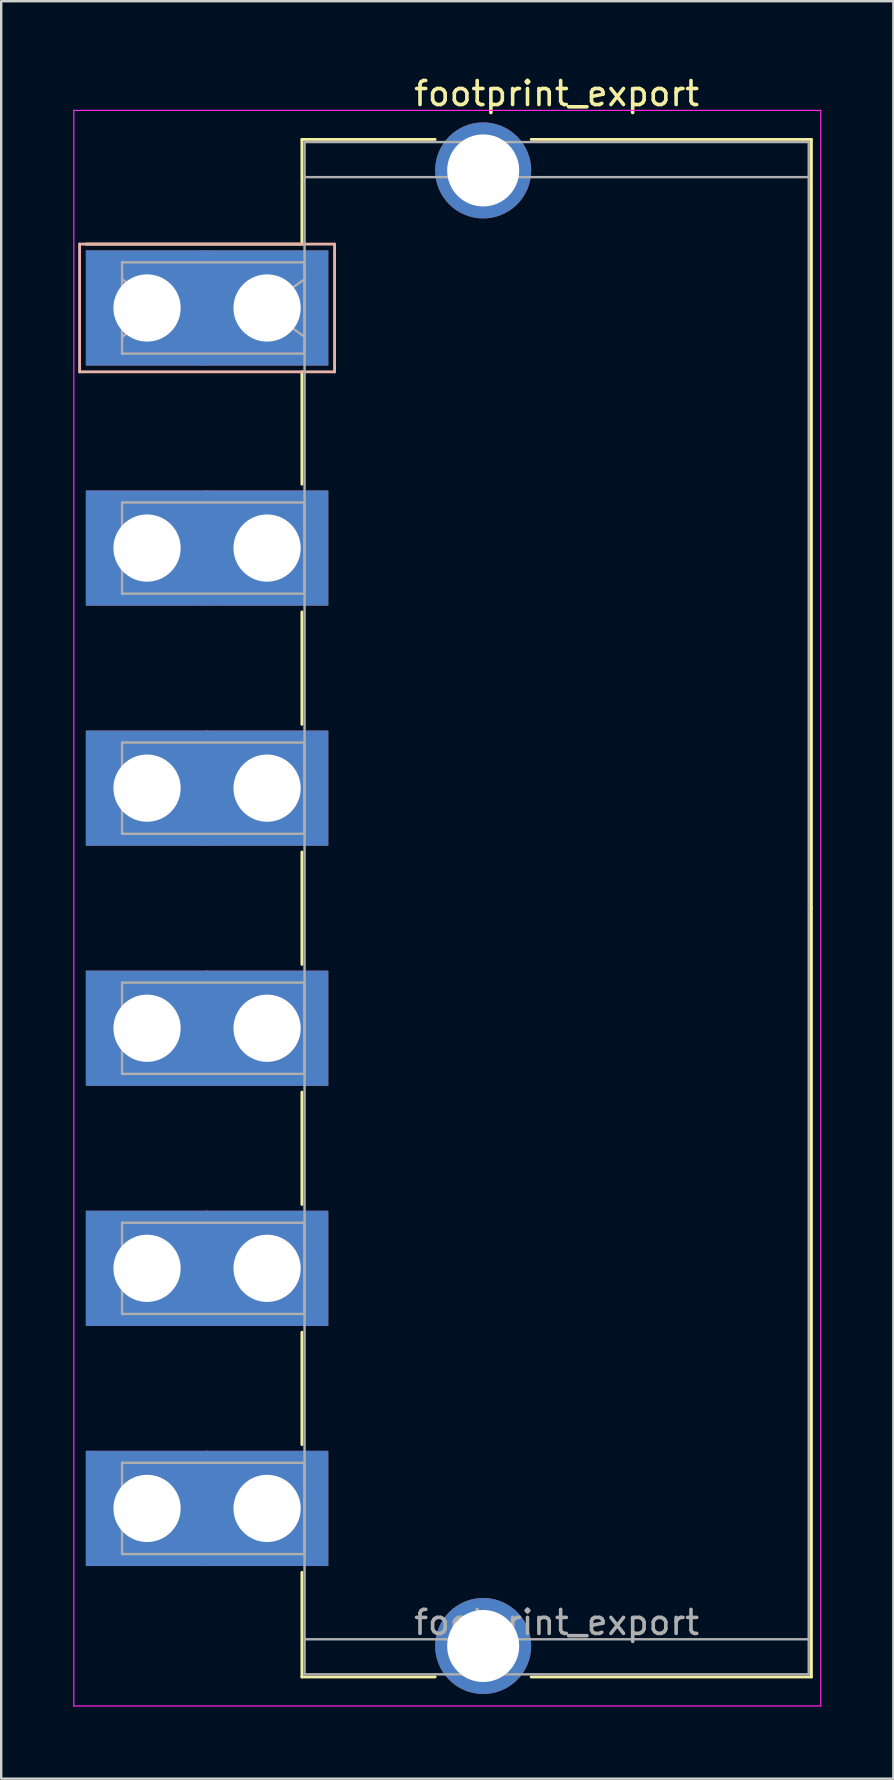
<source format=kicad_pcb>
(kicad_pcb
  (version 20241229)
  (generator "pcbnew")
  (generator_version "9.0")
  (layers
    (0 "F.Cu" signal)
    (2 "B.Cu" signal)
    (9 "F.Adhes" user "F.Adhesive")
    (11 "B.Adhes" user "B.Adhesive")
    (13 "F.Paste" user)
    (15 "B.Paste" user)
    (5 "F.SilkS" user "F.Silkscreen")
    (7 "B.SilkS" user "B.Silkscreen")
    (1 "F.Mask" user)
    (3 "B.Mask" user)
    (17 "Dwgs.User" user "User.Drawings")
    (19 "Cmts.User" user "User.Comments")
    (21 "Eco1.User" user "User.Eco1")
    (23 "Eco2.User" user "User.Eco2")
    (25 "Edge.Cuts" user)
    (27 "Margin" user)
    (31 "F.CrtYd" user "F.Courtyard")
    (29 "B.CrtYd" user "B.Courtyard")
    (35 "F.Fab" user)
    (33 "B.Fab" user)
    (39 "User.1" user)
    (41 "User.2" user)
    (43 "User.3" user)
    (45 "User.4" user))
  (footprint "footprint_export"
    (layer "F.Cu")
    (at 3.075 9.778)
    (property "Reference" "footprint_export" (at 17.06 -8.93 0) (layer "F.SilkS") (effects (font (size 1 1) (thickness 0.15))))
    (attr through_hole)
    (fp_line (start 6.45 -7.02) (end 12 -7.02) (stroke (width 0.12) (type solid)) (layer "F.SilkS"))
    (fp_line (start 6.45 -2.66) (end -2.55 -2.66) (stroke (width 0.12) (type solid)) (layer "F.SilkS"))
    (fp_line (start 6.45 -2.66) (end 6.45 -7.02) (stroke (width 0.12) (type solid)) (layer "F.SilkS"))
    (fp_line (start 6.45 2.66) (end 6.45 7.34) (stroke (width 0.12) (type solid)) (layer "F.SilkS"))
    (fp_line (start 6.45 12.66) (end 6.45 17.34) (stroke (width 0.12) (type solid)) (layer "F.SilkS"))
    (fp_line (start 6.45 22.66) (end 6.45 27.34) (stroke (width 0.12) (type solid)) (layer "F.SilkS"))
    (fp_line (start 6.45 32.66) (end 6.45 37.34) (stroke (width 0.12) (type solid)) (layer "F.SilkS"))
    (fp_line (start 6.45 42.66) (end 6.45 47.34) (stroke (width 0.12) (type solid)) (layer "F.SilkS"))
    (fp_line (start 6.45 52.66) (end 6.45 57.02) (stroke (width 0.12) (type solid)) (layer "F.SilkS"))
    (fp_line (start 6.45 57.02) (end 12 57.02) (stroke (width 0.12) (type solid)) (layer "F.SilkS"))
    (fp_line (start 16 -7.02) (end 27.67 -7.02) (stroke (width 0.12) (type solid)) (layer "F.SilkS"))
    (fp_line (start 16 57.02) (end 27.67 57.02) (stroke (width 0.12) (type solid)) (layer "F.SilkS"))
    (fp_line (start 27.67 -7.02) (end 27.67 25) (stroke (width 0.12) (type solid)) (layer "F.SilkS"))
    (fp_line (start 27.67 57.02) (end 27.67 25) (stroke (width 0.12) (type solid)) (layer "F.SilkS"))
    (fp_line (start -2.81 -2.66) (end -2.81 2.66) (stroke (width 0.12) (type solid)) (layer "B.SilkS"))
    (fp_line (start -2.81 2.66) (end 7.81 2.66) (stroke (width 0.12) (type solid)) (layer "B.SilkS"))
    (fp_line (start 7.81 -2.66) (end -2.81 -2.66) (stroke (width 0.12) (type solid)) (layer "B.SilkS"))
    (fp_line (start 7.81 2.66) (end 7.81 -2.66) (stroke (width 0.12) (type solid)) (layer "B.SilkS"))
    (fp_line (start -3.05 -8.23) (end -3.05 58.23) (stroke (width 0.05) (type solid)) (layer "F.CrtYd"))
    (fp_line (start -3.05 58.23) (end 28.06 58.23) (stroke (width 0.05) (type solid)) (layer "F.CrtYd"))
    (fp_line (start 28.06 -8.23) (end -3.05 -8.23) (stroke (width 0.05) (type solid)) (layer "F.CrtYd"))
    (fp_line (start 28.06 58.23) (end 28.06 -8.23) (stroke (width 0.05) (type solid)) (layer "F.CrtYd"))
    (fp_line (start -1.04 -1.9) (end 6.56 -1.9) (stroke (width 0.1) (type solid)) (layer "F.Fab"))
    (fp_line (start -1.04 -1.2) (end 0.657 0) (stroke (width 0.1) (type solid)) (layer "F.Fab"))
    (fp_line (start -1.04 1.9) (end -1.04 -1.9) (stroke (width 0.1) (type solid)) (layer "F.Fab"))
    (fp_line (start -1.04 8.1) (end 6.56 8.1) (stroke (width 0.1) (type solid)) (layer "F.Fab"))
    (fp_line (start -1.04 11.9) (end -1.04 8.1) (stroke (width 0.1) (type solid)) (layer "F.Fab"))
    (fp_line (start -1.04 18.1) (end 6.56 18.1) (stroke (width 0.1) (type solid)) (layer "F.Fab"))
    (fp_line (start -1.04 21.9) (end -1.04 18.1) (stroke (width 0.1) (type solid)) (layer "F.Fab"))
    (fp_line (start -1.04 28.1) (end 6.56 28.1) (stroke (width 0.1) (type solid)) (layer "F.Fab"))
    (fp_line (start -1.04 31.9) (end -1.04 28.1) (stroke (width 0.1) (type solid)) (layer "F.Fab"))
    (fp_line (start -1.04 38.1) (end 6.56 38.1) (stroke (width 0.1) (type solid)) (layer "F.Fab"))
    (fp_line (start -1.04 41.9) (end -1.04 38.1) (stroke (width 0.1) (type solid)) (layer "F.Fab"))
    (fp_line (start -1.04 48.1) (end 6.56 48.1) (stroke (width 0.1) (type solid)) (layer "F.Fab"))
    (fp_line (start -1.04 51.9) (end -1.04 48.1) (stroke (width 0.1) (type solid)) (layer "F.Fab"))
    (fp_line (start 0.657 0) (end -1.04 1.2) (stroke (width 0.1) (type solid)) (layer "F.Fab"))
    (fp_line (start 4.863 0) (end 6.56 1.2) (stroke (width 0.1) (type solid)) (layer "F.Fab"))
    (fp_line (start 6.56 -6.91) (end 6.56 56.91) (stroke (width 0.1) (type solid)) (layer "F.Fab"))
    (fp_line (start 6.56 -5.45) (end 27.56 -5.45) (stroke (width 0.1) (type solid)) (layer "F.Fab"))
    (fp_line (start 6.56 -1.9) (end 6.56 1.9) (stroke (width 0.1) (type solid)) (layer "F.Fab"))
    (fp_line (start 6.56 -1.2) (end 4.863 0) (stroke (width 0.1) (type solid)) (layer "F.Fab"))
    (fp_line (start 6.56 1.9) (end -1.04 1.9) (stroke (width 0.1) (type solid)) (layer "F.Fab"))
    (fp_line (start 6.56 8.1) (end 6.56 11.9) (stroke (width 0.1) (type solid)) (layer "F.Fab"))
    (fp_line (start 6.56 11.9) (end -1.04 11.9) (stroke (width 0.1) (type solid)) (layer "F.Fab"))
    (fp_line (start 6.56 18.1) (end 6.56 21.9) (stroke (width 0.1) (type solid)) (layer "F.Fab"))
    (fp_line (start 6.56 21.9) (end -1.04 21.9) (stroke (width 0.1) (type solid)) (layer "F.Fab"))
    (fp_line (start 6.56 28.1) (end 6.56 31.9) (stroke (width 0.1) (type solid)) (layer "F.Fab"))
    (fp_line (start 6.56 31.9) (end -1.04 31.9) (stroke (width 0.1) (type solid)) (layer "F.Fab"))
    (fp_line (start 6.56 38.1) (end 6.56 41.9) (stroke (width 0.1) (type solid)) (layer "F.Fab"))
    (fp_line (start 6.56 41.9) (end -1.04 41.9) (stroke (width 0.1) (type solid)) (layer "F.Fab"))
    (fp_line (start 6.56 48.1) (end 6.56 51.9) (stroke (width 0.1) (type solid)) (layer "F.Fab"))
    (fp_line (start 6.56 51.9) (end -1.04 51.9) (stroke (width 0.1) (type solid)) (layer "F.Fab"))
    (fp_line (start 6.56 55.45) (end 27.56 55.45) (stroke (width 0.1) (type solid)) (layer "F.Fab"))
    (fp_line (start 6.56 56.91) (end 27.56 56.91) (stroke (width 0.1) (type solid)) (layer "F.Fab"))
    (fp_line (start 27.56 -6.91) (end 6.56 -6.91) (stroke (width 0.1) (type solid)) (layer "F.Fab"))
    (fp_line (start 27.56 56.91) (end 27.56 -6.91) (stroke (width 0.1) (type solid)) (layer "F.Fab"))
    (fp_text user "${REFERENCE}" (at 17.06 54.75 0) (layer "F.Fab") (effects (font (size 1 1) (thickness 0.15))))
    (pad "" thru_hole circle (at 14 -5.73) (size 4 4) (drill 3) (layers "*.Cu" "*.Mask"))
    (pad "" thru_hole circle (at 14 55.73) (size 4 4) (drill 3) (layers "*.Cu" "*.Mask"))
    (pad "1" thru_hole rect (at 0 0) (size 5.1 4.8) (drill 2.8) (layers "*.Cu" "*.Mask"))
    (pad "1" thru_hole rect (at 5 0) (size 5.1 4.8) (drill 2.8) (layers "*.Cu" "*.Mask"))
    (pad "2" thru_hole rect (at 0 10) (size 5.1 4.8) (drill 2.8) (layers "*.Cu" "*.Mask"))
    (pad "2" thru_hole rect (at 5 10) (size 5.1 4.8) (drill 2.8) (layers "*.Cu" "*.Mask"))
    (pad "3" thru_hole rect (at 0 20) (size 5.1 4.8) (drill 2.8) (layers "*.Cu" "*.Mask"))
    (pad "3" thru_hole rect (at 5 20) (size 5.1 4.8) (drill 2.8) (layers "*.Cu" "*.Mask"))
    (pad "4" thru_hole rect (at 0 30) (size 5.1 4.8) (drill 2.8) (layers "*.Cu" "*.Mask"))
    (pad "4" thru_hole rect (at 5 30) (size 5.1 4.8) (drill 2.8) (layers "*.Cu" "*.Mask"))
    (pad "5" thru_hole rect (at 0 40) (size 5.1 4.8) (drill 2.8) (layers "*.Cu" "*.Mask"))
    (pad "5" thru_hole rect (at 5 40) (size 5.1 4.8) (drill 2.8) (layers "*.Cu" "*.Mask"))
    (pad "6" thru_hole rect (at 0 50) (size 5.1 4.8) (drill 2.8) (layers "*.Cu" "*.Mask"))
    (pad "6" thru_hole rect (at 5 50) (size 5.1 4.8) (drill 2.8) (layers "*.Cu" "*.Mask")))
  (gr_rect
    (start -3 -3)
    (end 34.16 71.033)
    (stroke (width 0.1) (type default))
    (fill no)
    (layer "Edge.Cuts")))
</source>
